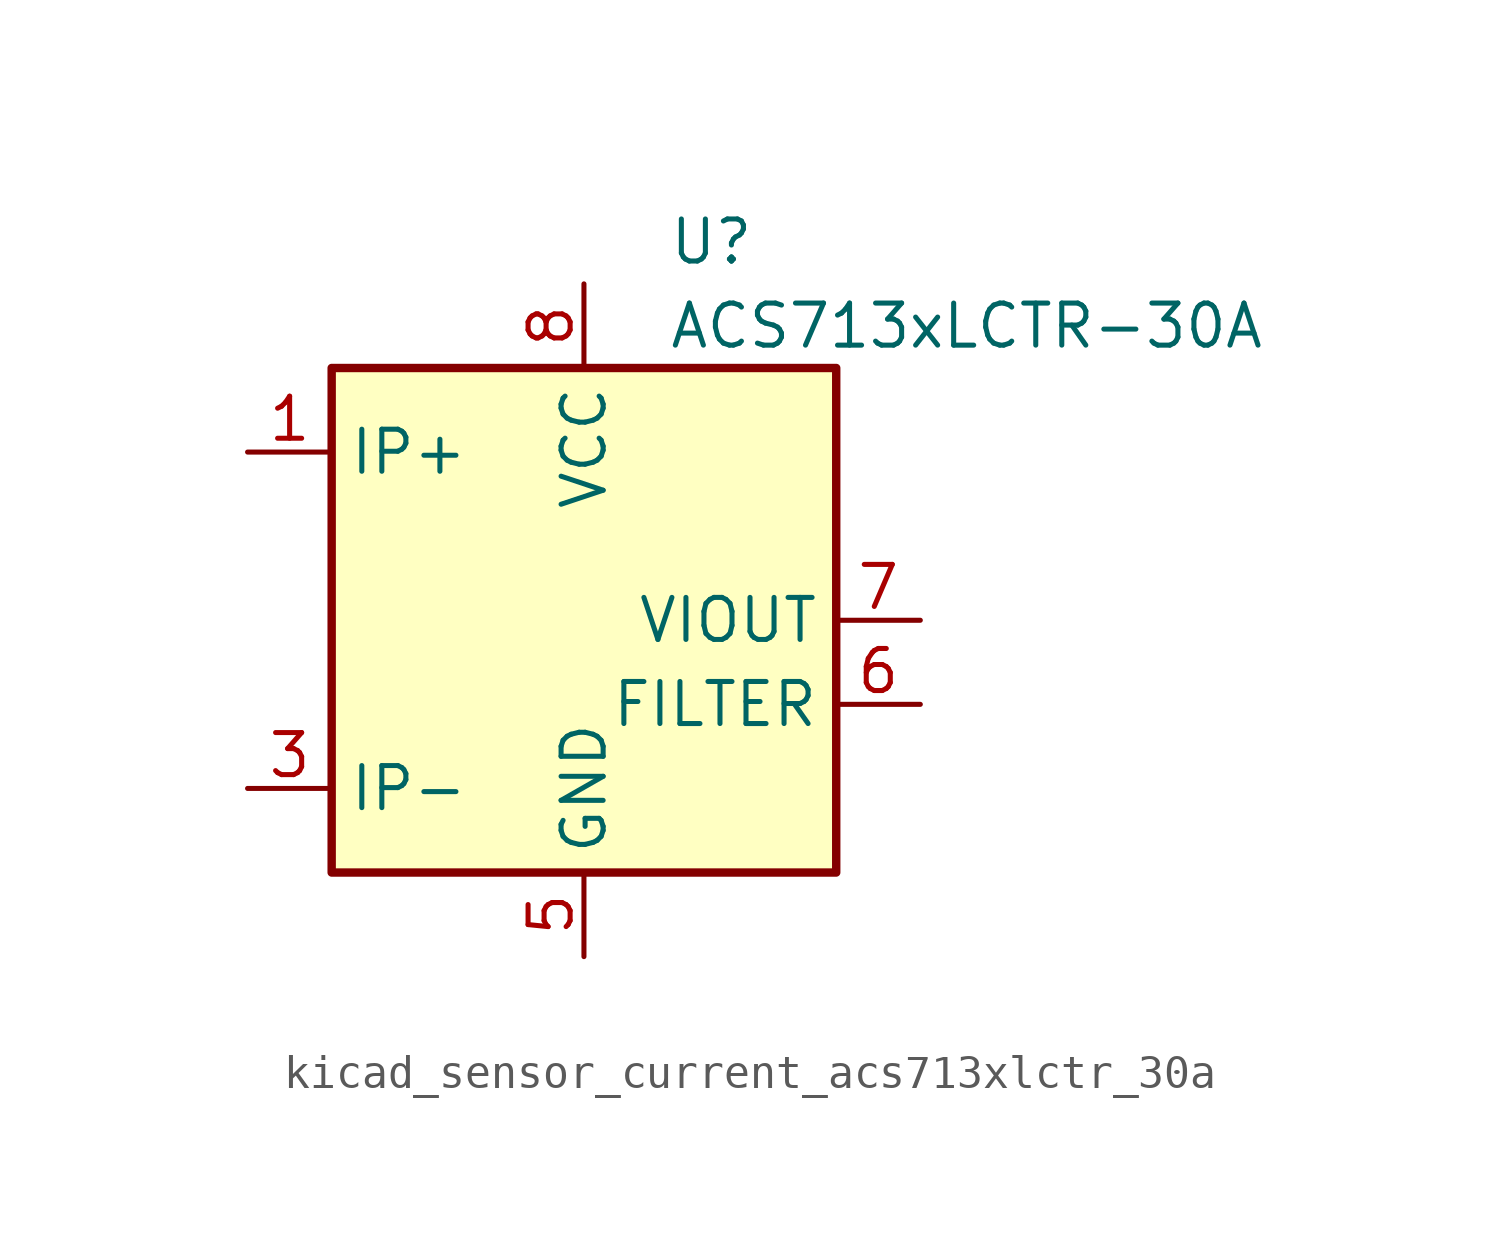
<source format=kicad_sym>
(kicad_symbol_lib
  (version 20220914)
  (generator kicad_symbol_editor)
  (symbol "kicad_sensor_current_acs713xlctr_30a"
    (property "Reference" "U"
      (at 2.54 11.43 0)
      (effects (font (size 1.27 1.27)) (justify left)))
    (property "Value" "ACS713xLCTR-30A"
      (at 2.54 8.89 0)
      (effects (font (size 1.27 1.27)) (justify left)))
    (symbol "kicad_sensor_current_acs713xlctr_30a_0_1"
      (rectangle (start -7.62 7.62) (end 7.62 -7.62) (stroke (width 0.254) (type default)) (fill (type background))))
    (symbol "kicad_sensor_current_acs713xlctr_30a_1_1"
      (pin passive line (at -10.16 5.08 0) (length 2.54) (name "IP+" (effects (font (size 1.27 1.27)))) (number "1" (effects (font (size 1.27 1.27)))))
      (pin passive line (at -10.16 5.08 0) (length 2.54) hide (name "IP+" (effects (font (size 1.27 1.27)))) (number "2" (effects (font (size 1.27 1.27)))))
      (pin passive line (at -10.16 -5.08 0) (length 2.54) (name "IP-" (effects (font (size 1.27 1.27)))) (number "3" (effects (font (size 1.27 1.27)))))
      (pin passive line (at -10.16 -5.08 0) (length 2.54) hide (name "IP-" (effects (font (size 1.27 1.27)))) (number "4" (effects (font (size 1.27 1.27)))))
      (pin power_in line (at 0 -10.16 90) (length 2.54) (name "GND" (effects (font (size 1.27 1.27)))) (number "5" (effects (font (size 1.27 1.27)))))
      (pin passive line (at 10.16 -2.54 180) (length 2.54) (name "FILTER" (effects (font (size 1.27 1.27)))) (number "6" (effects (font (size 1.27 1.27)))))
      (pin output line (at 10.16 0 180) (length 2.54) (name "VIOUT" (effects (font (size 1.27 1.27)))) (number "7" (effects (font (size 1.27 1.27)))))
      (pin power_in line (at 0 10.16 270) (length 2.54) (name "VCC" (effects (font (size 1.27 1.27)))) (number "8" (effects (font (size 1.27 1.27))))))))
</source>
